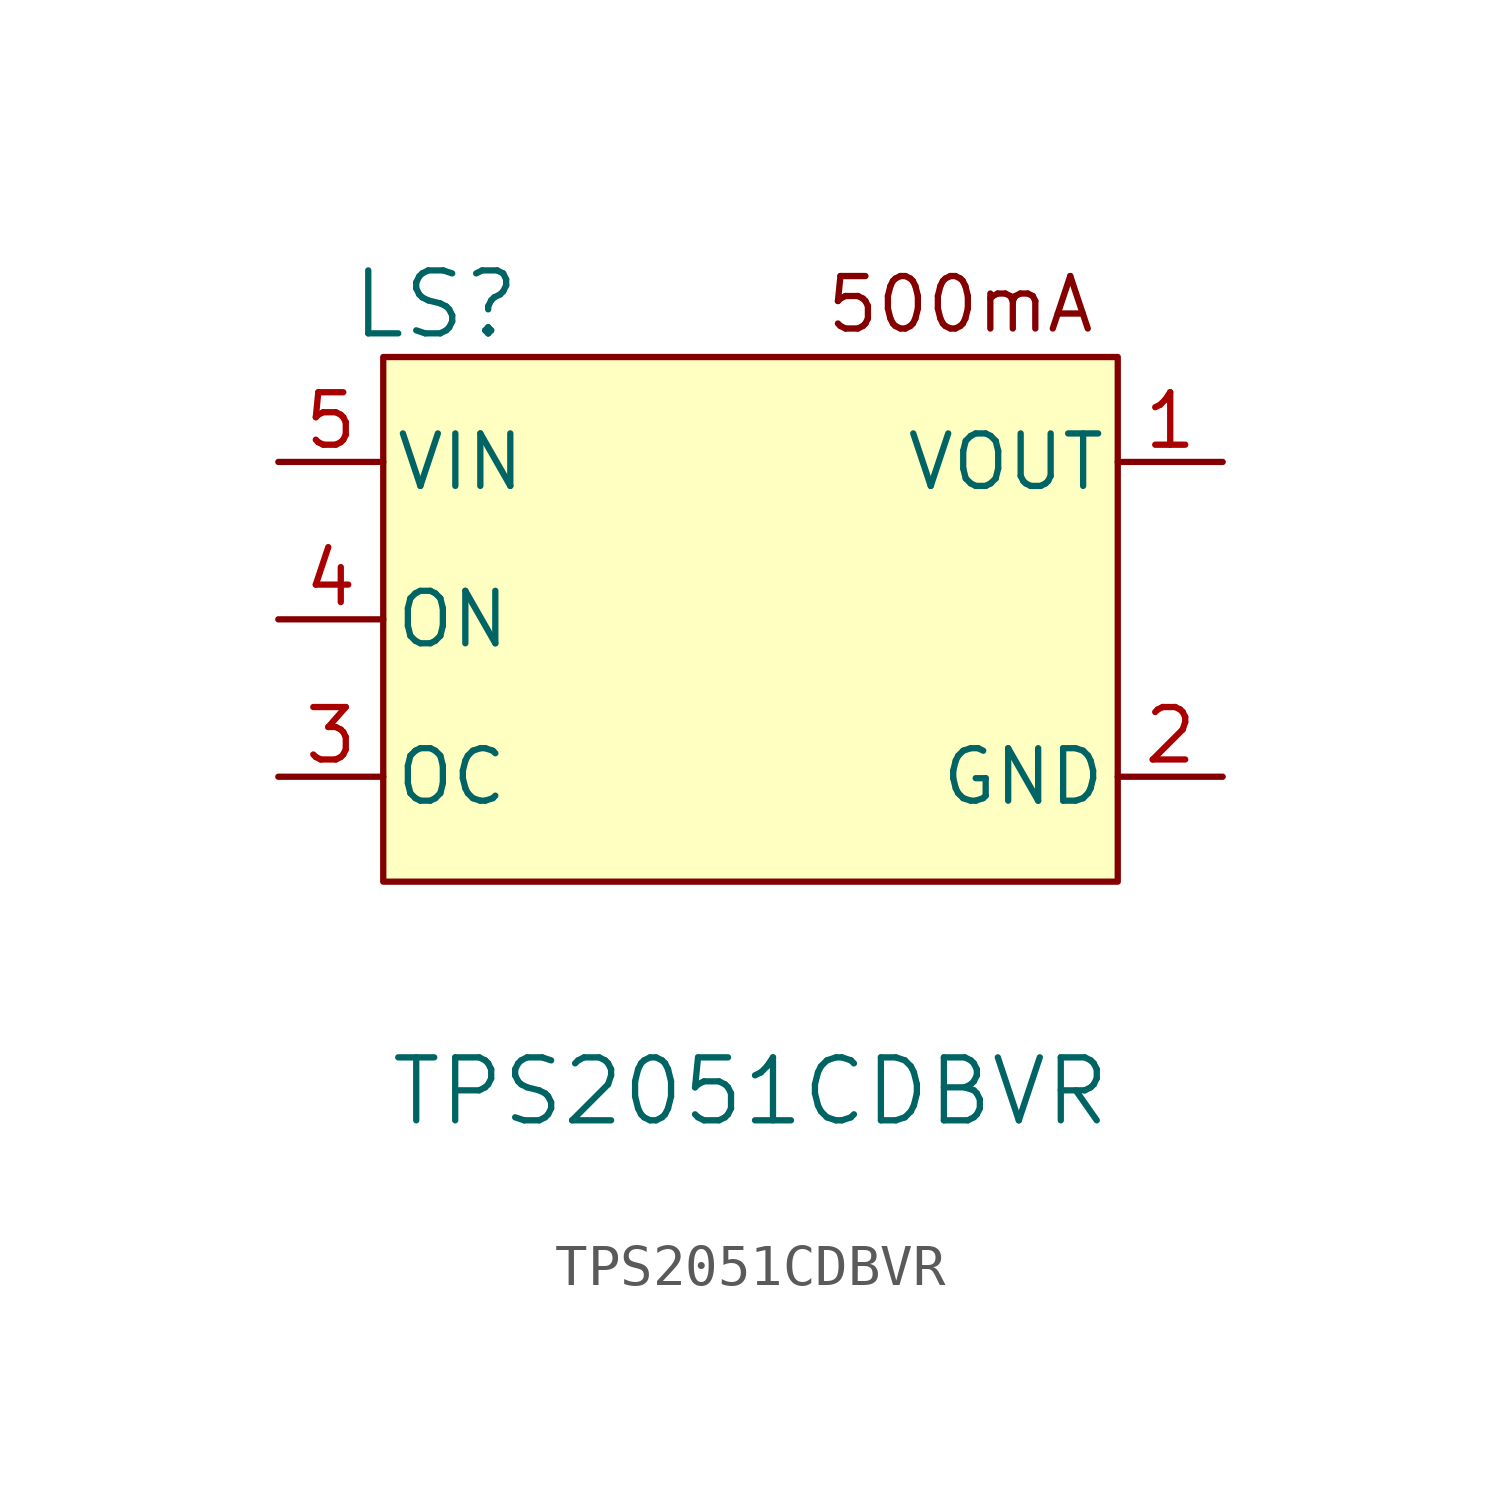
<source format=kicad_sym>
(kicad_symbol_lib
  (version 20220914)
  (generator kicad_symbol_editor)
  (symbol "TPS2051CDBVR"
    (pin_names
      (offset 0.254))
    (property "Reference" "LS"
      (at -7.62 8.89 0)
      (effects (font (size 1.524 1.524))))
    (property "Value" "TPS2051CDBVR"
      (at 0 -10.16 0)
      (effects (font (size 1.524 1.524))))
    (symbol "TPS2051CDBVR_0_1"
      (pin power_in line (at 11.43 5.08 180) (length 2.54) (name "VOUT" (effects (font (size 1.27 1.27)))) (number "1" (effects (font (size 1.27 1.27)))))
      (pin power_in line (at 11.43 -2.54 180) (length 2.54) (name "GND" (effects (font (size 1.27 1.27)))) (number "2" (effects (font (size 1.27 1.27)))))
      (pin output line (at -11.43 -2.54 0) (length 2.54) (name "OC" (effects (font (size 1.27 1.27)))) (number "3" (effects (font (size 1.27 1.27)))))
      (pin input line (at -11.43 1.27 0) (length 2.54) (name "ON" (effects (font (size 1.27 1.27)))) (number "4" (effects (font (size 1.27 1.27)))))
      (pin power_in line (at -11.43 5.08 0) (length 2.54) (name "VIN" (effects (font (size 1.27 1.27)))) (number "5" (effects (font (size 1.27 1.27))))))
    (symbol "TPS2051CDBVR_1_1"
      (rectangle (start -8.89 7.62) (end 8.89 -5.08) (stroke (width 0) (type default)) (fill (type background)))
      (text "500mA" (at 5.08 8.89 0) (effects (font (size 1.27 1.27)))))))
</source>
